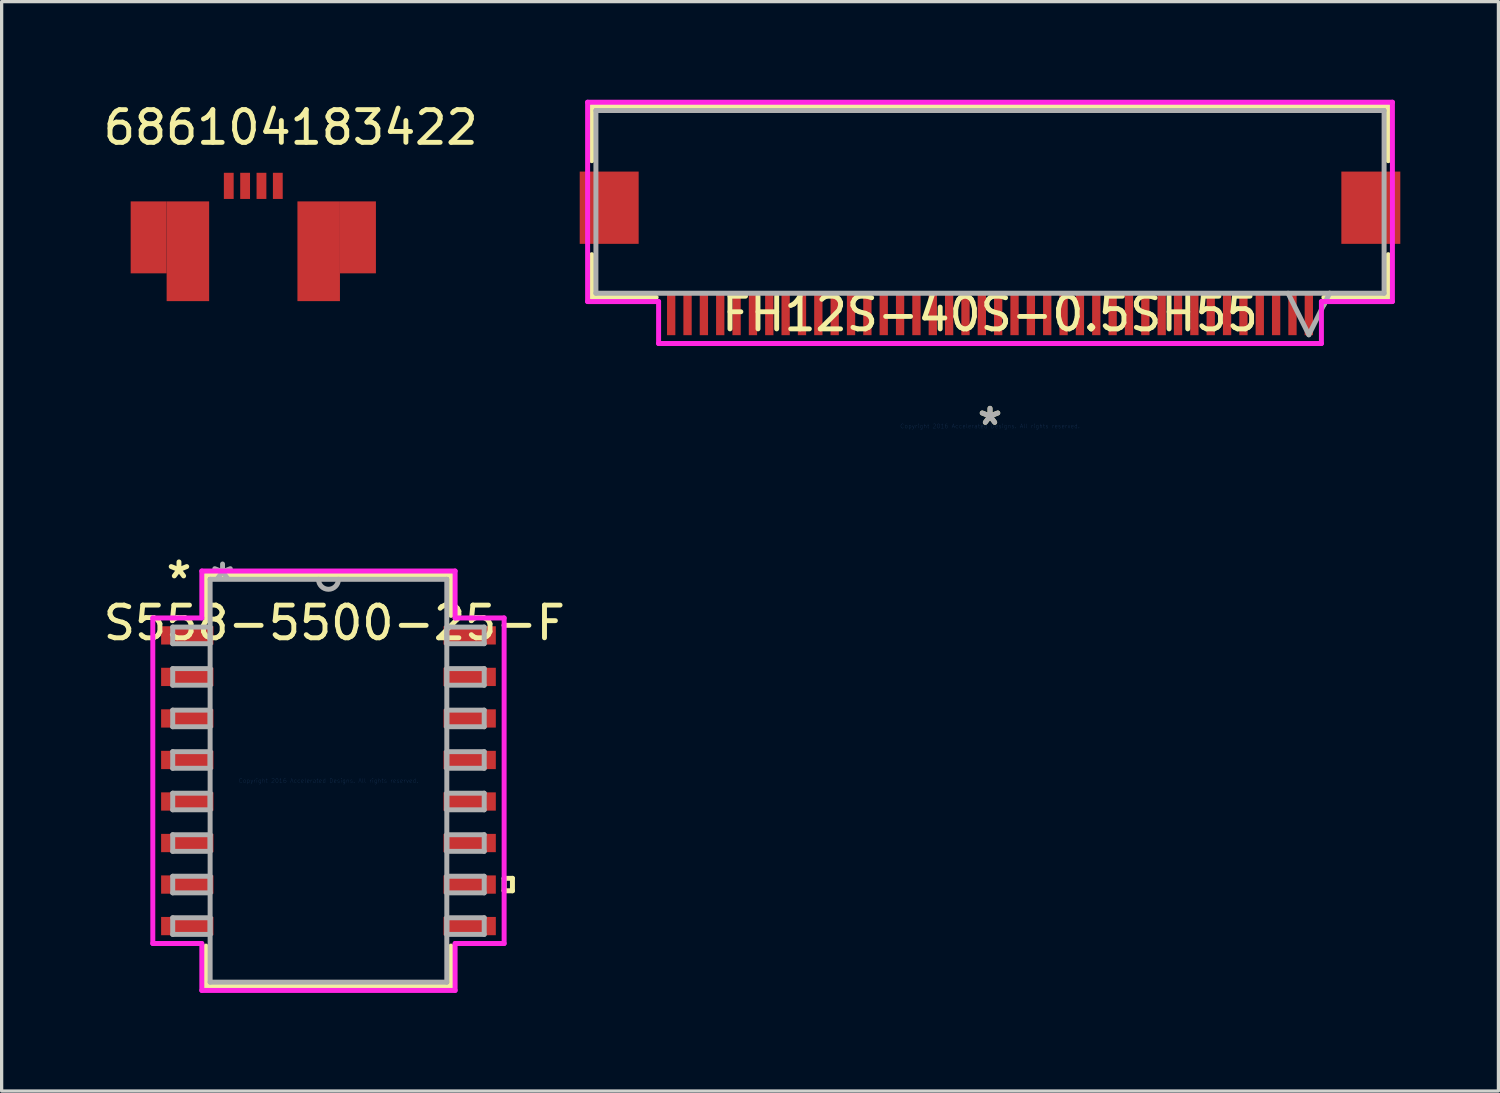
<source format=kicad_pcb>
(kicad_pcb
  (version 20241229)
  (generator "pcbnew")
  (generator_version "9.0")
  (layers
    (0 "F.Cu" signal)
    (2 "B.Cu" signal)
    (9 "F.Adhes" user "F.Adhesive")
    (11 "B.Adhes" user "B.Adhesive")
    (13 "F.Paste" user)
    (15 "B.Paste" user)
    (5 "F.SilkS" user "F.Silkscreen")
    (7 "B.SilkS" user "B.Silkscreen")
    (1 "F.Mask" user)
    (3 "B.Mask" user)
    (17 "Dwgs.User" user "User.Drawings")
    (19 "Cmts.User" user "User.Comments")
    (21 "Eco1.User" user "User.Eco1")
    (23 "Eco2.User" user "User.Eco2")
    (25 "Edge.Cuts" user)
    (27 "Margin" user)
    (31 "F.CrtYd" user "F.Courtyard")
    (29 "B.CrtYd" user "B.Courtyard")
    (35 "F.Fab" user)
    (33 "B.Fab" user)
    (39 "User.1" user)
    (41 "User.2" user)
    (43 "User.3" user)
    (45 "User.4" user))
  (footprint "686104183422"
    (layer "F.Cu")
    (at 4.696 2.634)
    (property "Reference" "686104183422" (at 1.143 -1.786 0) (layer "F.SilkS") (effects (font (size 1 1) (thickness 0.15))))
    (attr through_hole)
    (pad "1" smd rect (at 0.75 0) (size 0.3 0.8) (layers "F.Cu" "F.Mask" "F.Paste"))
    (pad "2" smd rect (at 0.25 0) (size 0.3 0.8) (layers "F.Cu" "F.Mask" "F.Paste"))
    (pad "3" smd rect (at -0.25 0) (size 0.3 0.8) (layers "F.Cu" "F.Mask" "F.Paste"))
    (pad "4" smd rect (at -0.75 0) (size 0.3 0.8) (layers "F.Cu" "F.Mask" "F.Paste"))
    (pad "5" smd rect (at 2 2) (size 1.3 3.05) (layers "F.Cu" "F.Mask" "F.Paste"))
    (pad "5" smd rect (at 3.2 1.575) (size 1.1 2.2) (layers "F.Cu" "F.Mask" "F.Paste"))
    (pad "6" smd rect (at -3.2 1.575) (size 1.1 2.2) (layers "F.Cu" "F.Mask" "F.Paste"))
    (pad "6" smd rect (at -2 2) (size 1.3 3.05) (layers "F.Cu" "F.Mask" "F.Paste")))
  (footprint "S558-5500-25-F"
    (layer "F.Cu")
    (at 6.995 20.826)
    (property "Reference" "S558-5500-25-F" (at 0.178 -4.826 0) (layer "F.SilkS") (effects (font (size 1 1) (thickness 0.15))))
    (attr through_hole)
    (fp_line (start -3.747 -6.287) (end -3.747 -5.057) (stroke (width 0.152) (type solid)) (layer "F.SilkS"))
    (fp_line (start -3.747 5.057) (end -3.747 6.287) (stroke (width 0.152) (type solid)) (layer "F.SilkS"))
    (fp_line (start -3.747 6.287) (end 3.747 6.287) (stroke (width 0.152) (type solid)) (layer "F.SilkS"))
    (fp_line (start 3.747 -6.287) (end -3.747 -6.287) (stroke (width 0.152) (type solid)) (layer "F.SilkS"))
    (fp_line (start 3.747 -5.057) (end 3.747 -6.287) (stroke (width 0.152) (type solid)) (layer "F.SilkS"))
    (fp_line (start 3.747 6.287) (end 3.747 5.057) (stroke (width 0.152) (type solid)) (layer "F.SilkS"))
    (fp_line (start 5.372 2.985) (end 5.626 2.985) (stroke (width 0.152) (type solid)) (layer "F.SilkS"))
    (fp_line (start 5.372 3.365) (end 5.372 2.985) (stroke (width 0.152) (type solid)) (layer "F.SilkS"))
    (fp_line (start 5.626 2.985) (end 5.626 3.365) (stroke (width 0.152) (type solid)) (layer "F.SilkS"))
    (fp_line (start 5.626 3.365) (end 5.372 3.365) (stroke (width 0.152) (type solid)) (layer "F.SilkS"))
    (fp_line (start -5.372 -4.978) (end -3.873 -4.978) (stroke (width 0.152) (type solid)) (layer "F.CrtYd"))
    (fp_line (start -5.372 4.978) (end -5.372 -4.978) (stroke (width 0.152) (type solid)) (layer "F.CrtYd"))
    (fp_line (start -3.873 -6.413) (end 3.873 -6.413) (stroke (width 0.152) (type solid)) (layer "F.CrtYd"))
    (fp_line (start -3.873 -4.978) (end -3.873 -6.413) (stroke (width 0.152) (type solid)) (layer "F.CrtYd"))
    (fp_line (start -3.873 4.978) (end -5.372 4.978) (stroke (width 0.152) (type solid)) (layer "F.CrtYd"))
    (fp_line (start -3.873 6.413) (end -3.873 4.978) (stroke (width 0.152) (type solid)) (layer "F.CrtYd"))
    (fp_line (start 3.873 -6.413) (end 3.873 -4.978) (stroke (width 0.152) (type solid)) (layer "F.CrtYd"))
    (fp_line (start 3.873 -4.978) (end 5.372 -4.978) (stroke (width 0.152) (type solid)) (layer "F.CrtYd"))
    (fp_line (start 3.873 4.978) (end 3.873 6.413) (stroke (width 0.152) (type solid)) (layer "F.CrtYd"))
    (fp_line (start 3.873 6.413) (end -3.873 6.413) (stroke (width 0.152) (type solid)) (layer "F.CrtYd"))
    (fp_line (start 5.372 -4.978) (end 5.372 4.978) (stroke (width 0.152) (type solid)) (layer "F.CrtYd"))
    (fp_line (start 5.372 4.978) (end 3.873 4.978) (stroke (width 0.152) (type solid)) (layer "F.CrtYd"))
    (fp_line (start -4.763 -4.699) (end -4.763 -4.191) (stroke (width 0.152) (type solid)) (layer "F.Fab"))
    (fp_line (start -4.763 -4.191) (end -3.619 -4.191) (stroke (width 0.152) (type solid)) (layer "F.Fab"))
    (fp_line (start -4.763 -3.429) (end -4.763 -2.921) (stroke (width 0.152) (type solid)) (layer "F.Fab"))
    (fp_line (start -4.763 -2.921) (end -3.619 -2.921) (stroke (width 0.152) (type solid)) (layer "F.Fab"))
    (fp_line (start -4.763 -2.159) (end -4.763 -1.651) (stroke (width 0.152) (type solid)) (layer "F.Fab"))
    (fp_line (start -4.763 -1.651) (end -3.619 -1.651) (stroke (width 0.152) (type solid)) (layer "F.Fab"))
    (fp_line (start -4.763 -0.889) (end -4.763 -0.381) (stroke (width 0.152) (type solid)) (layer "F.Fab"))
    (fp_line (start -4.763 -0.381) (end -3.619 -0.381) (stroke (width 0.152) (type solid)) (layer "F.Fab"))
    (fp_line (start -4.763 0.381) (end -4.763 0.889) (stroke (width 0.152) (type solid)) (layer "F.Fab"))
    (fp_line (start -4.763 0.889) (end -3.619 0.889) (stroke (width 0.152) (type solid)) (layer "F.Fab"))
    (fp_line (start -4.763 1.651) (end -4.763 2.159) (stroke (width 0.152) (type solid)) (layer "F.Fab"))
    (fp_line (start -4.763 2.159) (end -3.619 2.159) (stroke (width 0.152) (type solid)) (layer "F.Fab"))
    (fp_line (start -4.763 2.921) (end -4.763 3.429) (stroke (width 0.152) (type solid)) (layer "F.Fab"))
    (fp_line (start -4.763 3.429) (end -3.619 3.429) (stroke (width 0.152) (type solid)) (layer "F.Fab"))
    (fp_line (start -4.763 4.191) (end -4.763 4.699) (stroke (width 0.152) (type solid)) (layer "F.Fab"))
    (fp_line (start -4.763 4.699) (end -3.619 4.699) (stroke (width 0.152) (type solid)) (layer "F.Fab"))
    (fp_line (start -3.619 -6.16) (end -3.619 6.16) (stroke (width 0.152) (type solid)) (layer "F.Fab"))
    (fp_line (start -3.619 -4.699) (end -4.763 -4.699) (stroke (width 0.152) (type solid)) (layer "F.Fab"))
    (fp_line (start -3.619 -4.191) (end -3.619 -4.699) (stroke (width 0.152) (type solid)) (layer "F.Fab"))
    (fp_line (start -3.619 -3.429) (end -4.763 -3.429) (stroke (width 0.152) (type solid)) (layer "F.Fab"))
    (fp_line (start -3.619 -2.921) (end -3.619 -3.429) (stroke (width 0.152) (type solid)) (layer "F.Fab"))
    (fp_line (start -3.619 -2.159) (end -4.763 -2.159) (stroke (width 0.152) (type solid)) (layer "F.Fab"))
    (fp_line (start -3.619 -1.651) (end -3.619 -2.159) (stroke (width 0.152) (type solid)) (layer "F.Fab"))
    (fp_line (start -3.619 -0.889) (end -4.763 -0.889) (stroke (width 0.152) (type solid)) (layer "F.Fab"))
    (fp_line (start -3.619 -0.381) (end -3.619 -0.889) (stroke (width 0.152) (type solid)) (layer "F.Fab"))
    (fp_line (start -3.619 0.381) (end -4.763 0.381) (stroke (width 0.152) (type solid)) (layer "F.Fab"))
    (fp_line (start -3.619 0.889) (end -3.619 0.381) (stroke (width 0.152) (type solid)) (layer "F.Fab"))
    (fp_line (start -3.619 1.651) (end -4.763 1.651) (stroke (width 0.152) (type solid)) (layer "F.Fab"))
    (fp_line (start -3.619 2.159) (end -3.619 1.651) (stroke (width 0.152) (type solid)) (layer "F.Fab"))
    (fp_line (start -3.619 2.921) (end -4.763 2.921) (stroke (width 0.152) (type solid)) (layer "F.Fab"))
    (fp_line (start -3.619 3.429) (end -3.619 2.921) (stroke (width 0.152) (type solid)) (layer "F.Fab"))
    (fp_line (start -3.619 4.191) (end -4.763 4.191) (stroke (width 0.152) (type solid)) (layer "F.Fab"))
    (fp_line (start -3.619 4.699) (end -3.619 4.191) (stroke (width 0.152) (type solid)) (layer "F.Fab"))
    (fp_line (start -3.619 6.16) (end 3.619 6.16) (stroke (width 0.152) (type solid)) (layer "F.Fab"))
    (fp_line (start 3.619 -6.16) (end -3.619 -6.16) (stroke (width 0.152) (type solid)) (layer "F.Fab"))
    (fp_line (start 3.619 -4.699) (end 3.619 -4.191) (stroke (width 0.152) (type solid)) (layer "F.Fab"))
    (fp_line (start 3.619 -4.191) (end 4.763 -4.191) (stroke (width 0.152) (type solid)) (layer "F.Fab"))
    (fp_line (start 3.619 -3.429) (end 3.619 -2.921) (stroke (width 0.152) (type solid)) (layer "F.Fab"))
    (fp_line (start 3.619 -2.921) (end 4.763 -2.921) (stroke (width 0.152) (type solid)) (layer "F.Fab"))
    (fp_line (start 3.619 -2.159) (end 3.619 -1.651) (stroke (width 0.152) (type solid)) (layer "F.Fab"))
    (fp_line (start 3.619 -1.651) (end 4.763 -1.651) (stroke (width 0.152) (type solid)) (layer "F.Fab"))
    (fp_line (start 3.619 -0.889) (end 3.619 -0.381) (stroke (width 0.152) (type solid)) (layer "F.Fab"))
    (fp_line (start 3.619 -0.381) (end 4.763 -0.381) (stroke (width 0.152) (type solid)) (layer "F.Fab"))
    (fp_line (start 3.619 0.381) (end 3.619 0.889) (stroke (width 0.152) (type solid)) (layer "F.Fab"))
    (fp_line (start 3.619 0.889) (end 4.763 0.889) (stroke (width 0.152) (type solid)) (layer "F.Fab"))
    (fp_line (start 3.619 1.651) (end 3.619 2.159) (stroke (width 0.152) (type solid)) (layer "F.Fab"))
    (fp_line (start 3.619 2.159) (end 4.763 2.159) (stroke (width 0.152) (type solid)) (layer "F.Fab"))
    (fp_line (start 3.619 2.921) (end 3.619 3.429) (stroke (width 0.152) (type solid)) (layer "F.Fab"))
    (fp_line (start 3.619 3.429) (end 4.763 3.429) (stroke (width 0.152) (type solid)) (layer "F.Fab"))
    (fp_line (start 3.619 4.191) (end 3.619 4.699) (stroke (width 0.152) (type solid)) (layer "F.Fab"))
    (fp_line (start 3.619 4.699) (end 4.763 4.699) (stroke (width 0.152) (type solid)) (layer "F.Fab"))
    (fp_line (start 3.619 6.16) (end 3.619 -6.16) (stroke (width 0.152) (type solid)) (layer "F.Fab"))
    (fp_line (start 4.763 -4.699) (end 3.619 -4.699) (stroke (width 0.152) (type solid)) (layer "F.Fab"))
    (fp_line (start 4.763 -4.191) (end 4.763 -4.699) (stroke (width 0.152) (type solid)) (layer "F.Fab"))
    (fp_line (start 4.763 -3.429) (end 3.619 -3.429) (stroke (width 0.152) (type solid)) (layer "F.Fab"))
    (fp_line (start 4.763 -2.921) (end 4.763 -3.429) (stroke (width 0.152) (type solid)) (layer "F.Fab"))
    (fp_line (start 4.763 -2.159) (end 3.619 -2.159) (stroke (width 0.152) (type solid)) (layer "F.Fab"))
    (fp_line (start 4.763 -1.651) (end 4.763 -2.159) (stroke (width 0.152) (type solid)) (layer "F.Fab"))
    (fp_line (start 4.763 -0.889) (end 3.619 -0.889) (stroke (width 0.152) (type solid)) (layer "F.Fab"))
    (fp_line (start 4.763 -0.381) (end 4.763 -0.889) (stroke (width 0.152) (type solid)) (layer "F.Fab"))
    (fp_line (start 4.763 0.381) (end 3.619 0.381) (stroke (width 0.152) (type solid)) (layer "F.Fab"))
    (fp_line (start 4.763 0.889) (end 4.763 0.381) (stroke (width 0.152) (type solid)) (layer "F.Fab"))
    (fp_line (start 4.763 1.651) (end 3.619 1.651) (stroke (width 0.152) (type solid)) (layer "F.Fab"))
    (fp_line (start 4.763 2.159) (end 4.763 1.651) (stroke (width 0.152) (type solid)) (layer "F.Fab"))
    (fp_line (start 4.763 2.921) (end 3.619 2.921) (stroke (width 0.152) (type solid)) (layer "F.Fab"))
    (fp_line (start 4.763 3.429) (end 4.763 2.921) (stroke (width 0.152) (type solid)) (layer "F.Fab"))
    (fp_line (start 4.763 4.191) (end 3.619 4.191) (stroke (width 0.152) (type solid)) (layer "F.Fab"))
    (fp_line (start 4.763 4.699) (end 4.763 4.191) (stroke (width 0.152) (type solid)) (layer "F.Fab"))
    (fp_arc (start 0.3048 -6.1595) (mid 0 -5.8547) (end -0.3048 -6.1595) (stroke (width 0.1524) (type solid)) (layer "F.Fab"))
    (fp_text user "*" (at -4.572 -6.147 0) (layer "F.SilkS") (effects (font (size 1 1) (thickness 0.15))))
    (fp_text user "Copyright 2016 Accelerated Designs. All rights reserved." (at 0 0 0) (layer "Cmts.User") (effects (font (size 0.127 0.127) (thickness 0.002))))
    (fp_text user "*" (at -3.239 -6.083 0) (layer "F.Fab") (effects (font (size 1 1) (thickness 0.15))))
    (pad "1" smd rect (at -4.318 -4.445) (size 1.6 0.559) (layers "F.Cu" "F.Mask" "F.Paste"))
    (pad "2" smd rect (at -4.318 -3.175) (size 1.6 0.559) (layers "F.Cu" "F.Mask" "F.Paste"))
    (pad "3" smd rect (at -4.318 -1.905) (size 1.6 0.559) (layers "F.Cu" "F.Mask" "F.Paste"))
    (pad "4" smd rect (at -4.318 -0.635) (size 1.6 0.559) (layers "F.Cu" "F.Mask" "F.Paste"))
    (pad "5" smd rect (at -4.318 0.635) (size 1.6 0.559) (layers "F.Cu" "F.Mask" "F.Paste"))
    (pad "6" smd rect (at -4.318 1.905) (size 1.6 0.559) (layers "F.Cu" "F.Mask" "F.Paste"))
    (pad "7" smd rect (at -4.318 3.175) (size 1.6 0.559) (layers "F.Cu" "F.Mask" "F.Paste"))
    (pad "8" smd rect (at -4.318 4.445) (size 1.6 0.559) (layers "F.Cu" "F.Mask" "F.Paste"))
    (pad "9" smd rect (at 4.318 4.445) (size 1.6 0.559) (layers "F.Cu" "F.Mask" "F.Paste"))
    (pad "10" smd rect (at 4.318 3.175) (size 1.6 0.559) (layers "F.Cu" "F.Mask" "F.Paste"))
    (pad "11" smd rect (at 4.318 1.905) (size 1.6 0.559) (layers "F.Cu" "F.Mask" "F.Paste"))
    (pad "12" smd rect (at 4.318 0.635) (size 1.6 0.559) (layers "F.Cu" "F.Mask" "F.Paste"))
    (pad "13" smd rect (at 4.318 -0.635) (size 1.6 0.559) (layers "F.Cu" "F.Mask" "F.Paste"))
    (pad "14" smd rect (at 4.318 -1.905) (size 1.6 0.559) (layers "F.Cu" "F.Mask" "F.Paste"))
    (pad "15" smd rect (at 4.318 -3.175) (size 1.6 0.559) (layers "F.Cu" "F.Mask" "F.Paste"))
    (pad "16" smd rect (at 4.318 -4.445) (size 1.6 0.559) (layers "F.Cu" "F.Mask" "F.Paste")))
  (footprint "FH12S-40S-0.5SH55"
    (layer "F.Cu")
    (at 27.226 9.982)
    (property "Reference" "FH12S-40S-0.5SH55" (at 0 -3.429 0) (layer "F.SilkS") (effects (font (size 1 1) (thickness 0.15))))
    (attr through_hole)
    (fp_line (start -12.179 -9.779) (end -12.179 -8.118) (stroke (width 0.152) (type solid)) (layer "F.SilkS"))
    (fp_line (start -12.179 -5.243) (end -12.179 -3.937) (stroke (width 0.152) (type solid)) (layer "F.SilkS"))
    (fp_line (start -12.179 -3.937) (end -10.21 -3.937) (stroke (width 0.152) (type solid)) (layer "F.SilkS"))
    (fp_line (start 10.21 -3.937) (end 12.179 -3.937) (stroke (width 0.152) (type solid)) (layer "F.SilkS"))
    (fp_line (start 10.385 -4.064) (end 10.21 -3.713) (stroke (width 0.152) (type solid)) (layer "F.SilkS"))
    (fp_line (start 12.179 -9.779) (end -12.179 -9.779) (stroke (width 0.152) (type solid)) (layer "F.SilkS"))
    (fp_line (start 12.179 -8.118) (end 12.179 -9.779) (stroke (width 0.152) (type solid)) (layer "F.SilkS"))
    (fp_line (start 12.179 -3.937) (end 12.179 -5.243) (stroke (width 0.152) (type solid)) (layer "F.SilkS"))
    (fp_line (start -12.306 -9.906) (end -12.306 -3.81) (stroke (width 0.152) (type solid)) (layer "F.CrtYd"))
    (fp_line (start -12.306 -3.81) (end -10.135 -3.81) (stroke (width 0.152) (type solid)) (layer "F.CrtYd"))
    (fp_line (start -10.135 -3.81) (end -10.135 -2.527) (stroke (width 0.152) (type solid)) (layer "F.CrtYd"))
    (fp_line (start -10.135 -2.527) (end 10.135 -2.527) (stroke (width 0.152) (type solid)) (layer "F.CrtYd"))
    (fp_line (start 10.135 -3.81) (end 12.306 -3.81) (stroke (width 0.152) (type solid)) (layer "F.CrtYd"))
    (fp_line (start 10.135 -2.527) (end 10.135 -3.81) (stroke (width 0.152) (type solid)) (layer "F.CrtYd"))
    (fp_line (start 12.306 -9.906) (end -12.306 -9.906) (stroke (width 0.152) (type solid)) (layer "F.CrtYd"))
    (fp_line (start 12.306 -3.81) (end 12.306 -9.906) (stroke (width 0.152) (type solid)) (layer "F.CrtYd"))
    (fp_line (start -12.052 -9.652) (end -12.052 -4.064) (stroke (width 0.152) (type solid)) (layer "F.Fab"))
    (fp_line (start -12.052 -4.064) (end 12.052 -4.064) (stroke (width 0.152) (type solid)) (layer "F.Fab"))
    (fp_line (start 9.115 -4.064) (end 9.75 -2.794) (stroke (width 0.152) (type solid)) (layer "F.Fab"))
    (fp_line (start 10.385 -4.064) (end 9.75 -2.794) (stroke (width 0.152) (type solid)) (layer "F.Fab"))
    (fp_line (start 12.052 -9.652) (end -12.052 -9.652) (stroke (width 0.152) (type solid)) (layer "F.Fab"))
    (fp_line (start 12.052 -4.064) (end 12.052 -9.652) (stroke (width 0.152) (type solid)) (layer "F.Fab"))
    (fp_text user "*" (at 0 0 0) (layer "F.SilkS") (effects (font (size 1 1) (thickness 0.15))))
    (fp_text user "Copyright 2016 Accelerated Designs. All rights reserved." (at 0 0 0) (layer "Cmts.User") (effects (font (size 0.127 0.127) (thickness 0.002))))
    (fp_text user "*" (at 0 0 0) (layer "F.Fab") (effects (font (size 1 1) (thickness 0.15))))
    (pad "1" smd rect (at 9.75 -3.429 90) (size 1.295 0.254) (layers "F.Cu" "F.Mask" "F.Paste"))
    (pad "2" smd rect (at 9.25 -3.429 90) (size 1.295 0.254) (layers "F.Cu" "F.Mask" "F.Paste"))
    (pad "3" smd rect (at 8.75 -3.429 90) (size 1.295 0.254) (layers "F.Cu" "F.Mask" "F.Paste"))
    (pad "4" smd rect (at 8.25 -3.429 90) (size 1.295 0.254) (layers "F.Cu" "F.Mask" "F.Paste"))
    (pad "5" smd rect (at 7.75 -3.429 90) (size 1.295 0.254) (layers "F.Cu" "F.Mask" "F.Paste"))
    (pad "6" smd rect (at 7.25 -3.429 90) (size 1.295 0.254) (layers "F.Cu" "F.Mask" "F.Paste"))
    (pad "7" smd rect (at 6.75 -3.429 90) (size 1.295 0.254) (layers "F.Cu" "F.Mask" "F.Paste"))
    (pad "8" smd rect (at 6.25 -3.429 90) (size 1.295 0.254) (layers "F.Cu" "F.Mask" "F.Paste"))
    (pad "9" smd rect (at 5.75 -3.429 90) (size 1.295 0.254) (layers "F.Cu" "F.Mask" "F.Paste"))
    (pad "10" smd rect (at 5.25 -3.429 90) (size 1.295 0.254) (layers "F.Cu" "F.Mask" "F.Paste"))
    (pad "11" smd rect (at 4.75 -3.429 90) (size 1.295 0.254) (layers "F.Cu" "F.Mask" "F.Paste"))
    (pad "12" smd rect (at 4.25 -3.429 90) (size 1.295 0.254) (layers "F.Cu" "F.Mask" "F.Paste"))
    (pad "13" smd rect (at 3.75 -3.429 90) (size 1.295 0.254) (layers "F.Cu" "F.Mask" "F.Paste"))
    (pad "14" smd rect (at 3.25 -3.429 90) (size 1.295 0.254) (layers "F.Cu" "F.Mask" "F.Paste"))
    (pad "15" smd rect (at 2.75 -3.429 90) (size 1.295 0.254) (layers "F.Cu" "F.Mask" "F.Paste"))
    (pad "16" smd rect (at 2.25 -3.429 90) (size 1.295 0.254) (layers "F.Cu" "F.Mask" "F.Paste"))
    (pad "17" smd rect (at 1.75 -3.429 90) (size 1.295 0.254) (layers "F.Cu" "F.Mask" "F.Paste"))
    (pad "18" smd rect (at 1.25 -3.429 90) (size 1.295 0.254) (layers "F.Cu" "F.Mask" "F.Paste"))
    (pad "19" smd rect (at 0.75 -3.429 90) (size 1.295 0.254) (layers "F.Cu" "F.Mask" "F.Paste"))
    (pad "20" smd rect (at 0.25 -3.429 90) (size 1.295 0.254) (layers "F.Cu" "F.Mask" "F.Paste"))
    (pad "21" smd rect (at -0.25 -3.429 90) (size 1.295 0.254) (layers "F.Cu" "F.Mask" "F.Paste"))
    (pad "22" smd rect (at -0.75 -3.429 90) (size 1.295 0.254) (layers "F.Cu" "F.Mask" "F.Paste"))
    (pad "23" smd rect (at -1.25 -3.429 90) (size 1.295 0.254) (layers "F.Cu" "F.Mask" "F.Paste"))
    (pad "24" smd rect (at -1.75 -3.429 90) (size 1.295 0.254) (layers "F.Cu" "F.Mask" "F.Paste"))
    (pad "25" smd rect (at -2.25 -3.429 90) (size 1.295 0.254) (layers "F.Cu" "F.Mask" "F.Paste"))
    (pad "26" smd rect (at -2.75 -3.429 90) (size 1.295 0.254) (layers "F.Cu" "F.Mask" "F.Paste"))
    (pad "27" smd rect (at -3.25 -3.429 90) (size 1.295 0.254) (layers "F.Cu" "F.Mask" "F.Paste"))
    (pad "28" smd rect (at -3.75 -3.429 90) (size 1.295 0.254) (layers "F.Cu" "F.Mask" "F.Paste"))
    (pad "29" smd rect (at -4.25 -3.429 90) (size 1.295 0.254) (layers "F.Cu" "F.Mask" "F.Paste"))
    (pad "30" smd rect (at -4.75 -3.429 90) (size 1.295 0.254) (layers "F.Cu" "F.Mask" "F.Paste"))
    (pad "31" smd rect (at -5.25 -3.429 90) (size 1.295 0.254) (layers "F.Cu" "F.Mask" "F.Paste"))
    (pad "32" smd rect (at -5.75 -3.429 90) (size 1.295 0.254) (layers "F.Cu" "F.Mask" "F.Paste"))
    (pad "33" smd rect (at -6.25 -3.429 90) (size 1.295 0.254) (layers "F.Cu" "F.Mask" "F.Paste"))
    (pad "34" smd rect (at -6.75 -3.429 90) (size 1.295 0.254) (layers "F.Cu" "F.Mask" "F.Paste"))
    (pad "35" smd rect (at -7.25 -3.429 90) (size 1.295 0.254) (layers "F.Cu" "F.Mask" "F.Paste"))
    (pad "36" smd rect (at -7.75 -3.429 90) (size 1.295 0.254) (layers "F.Cu" "F.Mask" "F.Paste"))
    (pad "37" smd rect (at -8.25 -3.429 90) (size 1.295 0.254) (layers "F.Cu" "F.Mask" "F.Paste"))
    (pad "38" smd rect (at -8.75 -3.429 90) (size 1.295 0.254) (layers "F.Cu" "F.Mask" "F.Paste"))
    (pad "39" smd rect (at -9.25 -3.429 90) (size 1.295 0.254) (layers "F.Cu" "F.Mask" "F.Paste"))
    (pad "40" smd rect (at -9.75 -3.429 90) (size 1.295 0.254) (layers "F.Cu" "F.Mask" "F.Paste"))
    (pad "41" smd rect (at -11.646 -6.68) (size 1.803 2.21) (layers "F.Cu" "F.Mask" "F.Paste"))
    (pad "42" smd rect (at 11.646 -6.68) (size 1.803 2.21) (layers "F.Cu" "F.Mask" "F.Paste")))
  (gr_rect
    (start -3 -3)
    (end 42.774 30.315)
    (stroke (width 0.1) (type default))
    (fill no)
    (layer "Edge.Cuts")))
</source>
